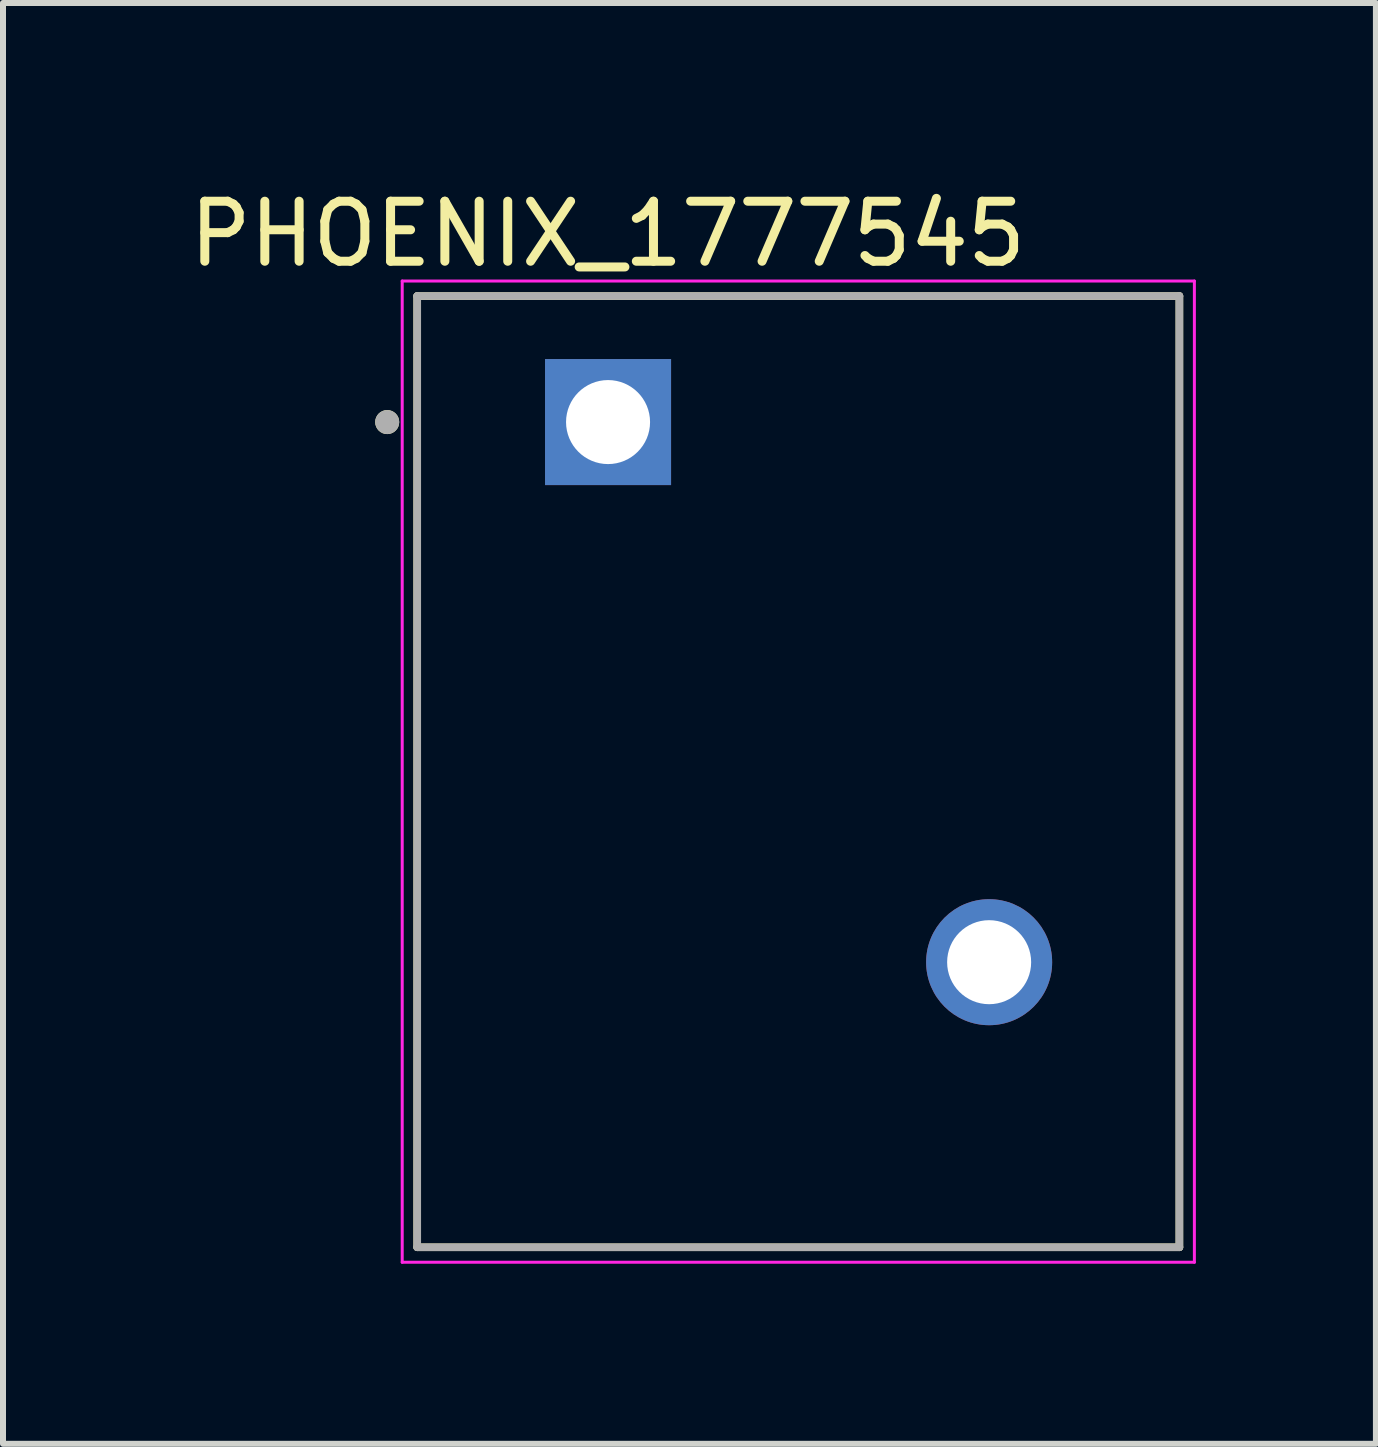
<source format=kicad_pcb>
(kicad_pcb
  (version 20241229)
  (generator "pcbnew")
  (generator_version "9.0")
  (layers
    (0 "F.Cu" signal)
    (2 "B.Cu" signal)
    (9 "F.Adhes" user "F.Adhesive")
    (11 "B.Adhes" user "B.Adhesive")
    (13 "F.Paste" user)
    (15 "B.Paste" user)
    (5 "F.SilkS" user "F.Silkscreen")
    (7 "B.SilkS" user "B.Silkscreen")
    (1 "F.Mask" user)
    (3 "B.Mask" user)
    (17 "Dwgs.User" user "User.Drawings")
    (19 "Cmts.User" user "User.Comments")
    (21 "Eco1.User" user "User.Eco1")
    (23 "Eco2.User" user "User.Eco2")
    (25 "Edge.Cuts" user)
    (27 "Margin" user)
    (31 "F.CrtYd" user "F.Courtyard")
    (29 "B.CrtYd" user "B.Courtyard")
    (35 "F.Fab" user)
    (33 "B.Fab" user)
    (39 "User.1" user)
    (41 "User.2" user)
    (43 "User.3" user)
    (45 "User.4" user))
  (footprint "PHOENIX_1777545"
    (layer "F.Cu")
    (at 3.902 17.733)
    (property "Reference" "PHOENIX_1777545" (at 3.175 -16.885 0) (layer "F.SilkS") (effects (font (size 1 1) (thickness 0.15))))
    (attr through_hole)
    (fp_line (start 0 -15.85) (end 0 0) (stroke (width 0.127) (type solid)) (layer "F.SilkS"))
    (fp_line (start 0 0) (end 12.7 0) (stroke (width 0.127) (type solid)) (layer "F.SilkS"))
    (fp_line (start 12.7 -15.85) (end 0 -15.85) (stroke (width 0.127) (type solid)) (layer "F.SilkS"))
    (fp_line (start 12.7 0) (end 12.7 -15.85) (stroke (width 0.127) (type solid)) (layer "F.SilkS"))
    (fp_circle (center -0.5 -13.75) (end -0.4 -13.75) (stroke (width 0.2) (type solid)) (fill no) (layer "F.SilkS"))
    (fp_line (start -0.25 -16.1) (end 12.95 -16.1) (stroke (width 0.05) (type solid)) (layer "F.CrtYd"))
    (fp_line (start -0.25 0.25) (end -0.25 -16.1) (stroke (width 0.05) (type solid)) (layer "F.CrtYd"))
    (fp_line (start 12.95 -16.1) (end 12.95 0.25) (stroke (width 0.05) (type solid)) (layer "F.CrtYd"))
    (fp_line (start 12.95 0.25) (end -0.25 0.25) (stroke (width 0.05) (type solid)) (layer "F.CrtYd"))
    (fp_line (start 0 -15.85) (end 0 0) (stroke (width 0.127) (type solid)) (layer "F.Fab"))
    (fp_line (start 0 0) (end 12.7 0) (stroke (width 0.127) (type solid)) (layer "F.Fab"))
    (fp_line (start 12.7 -15.85) (end 0 -15.85) (stroke (width 0.127) (type solid)) (layer "F.Fab"))
    (fp_line (start 12.7 0) (end 12.7 -15.85) (stroke (width 0.127) (type solid)) (layer "F.Fab"))
    (fp_circle (center -0.5 -13.75) (end -0.4 -13.75) (stroke (width 0.2) (type solid)) (fill no) (layer "F.Fab"))
    (pad "1" thru_hole rect (at 3.18 -13.75) (size 2.1 2.1) (drill 1.4) (layers "*.Cu" "*.Mask"))
    (pad "2" thru_hole circle (at 9.53 -4.75) (size 2.1 2.1) (drill 1.4) (layers "*.Cu" "*.Mask")))
  (gr_rect
    (start -3 -3)
    (end 19.877 21.008)
    (stroke (width 0.1) (type default))
    (fill no)
    (layer "Edge.Cuts")))
</source>
